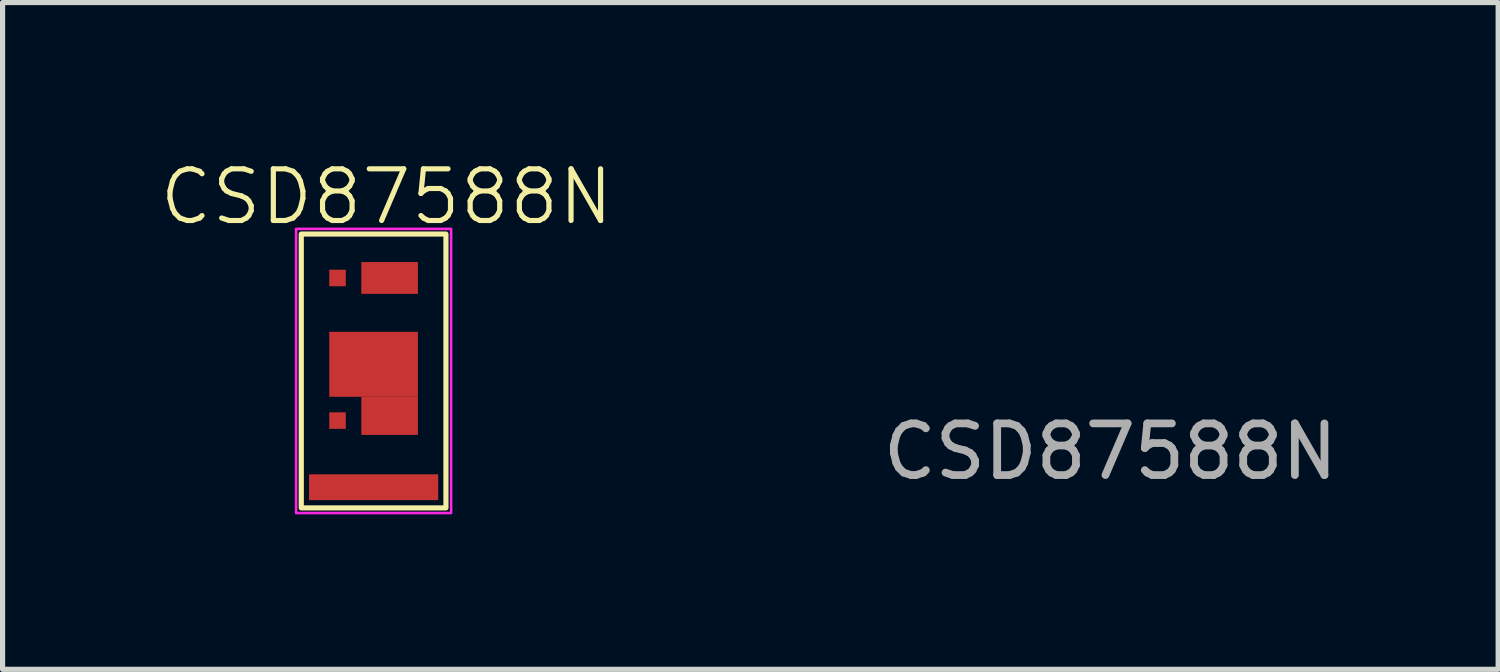
<source format=kicad_pcb>
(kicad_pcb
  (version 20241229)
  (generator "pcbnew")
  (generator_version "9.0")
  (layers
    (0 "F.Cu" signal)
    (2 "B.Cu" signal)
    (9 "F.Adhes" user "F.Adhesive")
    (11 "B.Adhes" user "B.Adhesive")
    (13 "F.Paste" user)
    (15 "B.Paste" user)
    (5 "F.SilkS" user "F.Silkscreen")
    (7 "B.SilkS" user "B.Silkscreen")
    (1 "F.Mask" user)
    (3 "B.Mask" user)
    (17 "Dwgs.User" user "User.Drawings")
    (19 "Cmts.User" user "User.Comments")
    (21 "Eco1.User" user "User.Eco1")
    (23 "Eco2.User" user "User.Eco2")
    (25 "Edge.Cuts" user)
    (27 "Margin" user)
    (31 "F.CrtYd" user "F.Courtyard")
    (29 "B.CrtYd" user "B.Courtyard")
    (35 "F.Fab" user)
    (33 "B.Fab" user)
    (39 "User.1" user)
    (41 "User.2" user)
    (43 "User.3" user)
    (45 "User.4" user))
  (footprint "CSD87588N"
    (layer "F.Cu")
    (at 4.181 4.13)
    (property "Reference" "CSD87588N" (at 0.25 -3.37 0) (unlocked yes) (layer "F.SilkS") (effects (font (size 1 1) (thickness 0.1))))
    (attr smd)
    (fp_rect (start -1.4 -2.65) (end 1.4 2.65) (stroke (width 0.1) (type solid)) (fill no) (layer "F.SilkS"))
    (fp_rect (start -1.5 -2.75) (end 1.5 2.75) (stroke (width 0.05) (type solid)) (fill no) (layer "F.CrtYd"))
    (fp_text user "${REFERENCE}" (at 14.26 1.56 0) (unlocked yes) (layer "F.Fab") (effects (font (size 1 1) (thickness 0.15))))
    (pad "1" smd rect (at -0.698 -1.8) (size 0.32 0.32) (layers "F.Cu" "F.Mask" "F.Paste"))
    (pad "2" smd rect (at 0.31 -1.8) (size 1.096 0.616) (layers "F.Cu" "F.Mask" "F.Paste"))
    (pad "3" smd rect (at 0 -0.129) (size 1.716 1.258) (layers "F.Cu" "F.Mask" "F.Paste"))
    (pad "3" smd rect (at 0.31 0.869) (size 1.096 0.738) (layers "F.Cu" "F.Mask" "F.Paste"))
    (pad "4" smd rect (at -0.698 0.96) (size 0.32 0.32) (layers "F.Cu" "F.Mask" "F.Paste"))
    (pad "5" smd rect (at 0 2.25) (size 2.5 0.5) (layers "F.Cu" "F.Mask" "F.Paste")))
  (gr_rect
    (start -3 -3)
    (end 25.947 9.905)
    (stroke (width 0.1) (type default))
    (fill no)
    (layer "Edge.Cuts")))
</source>
